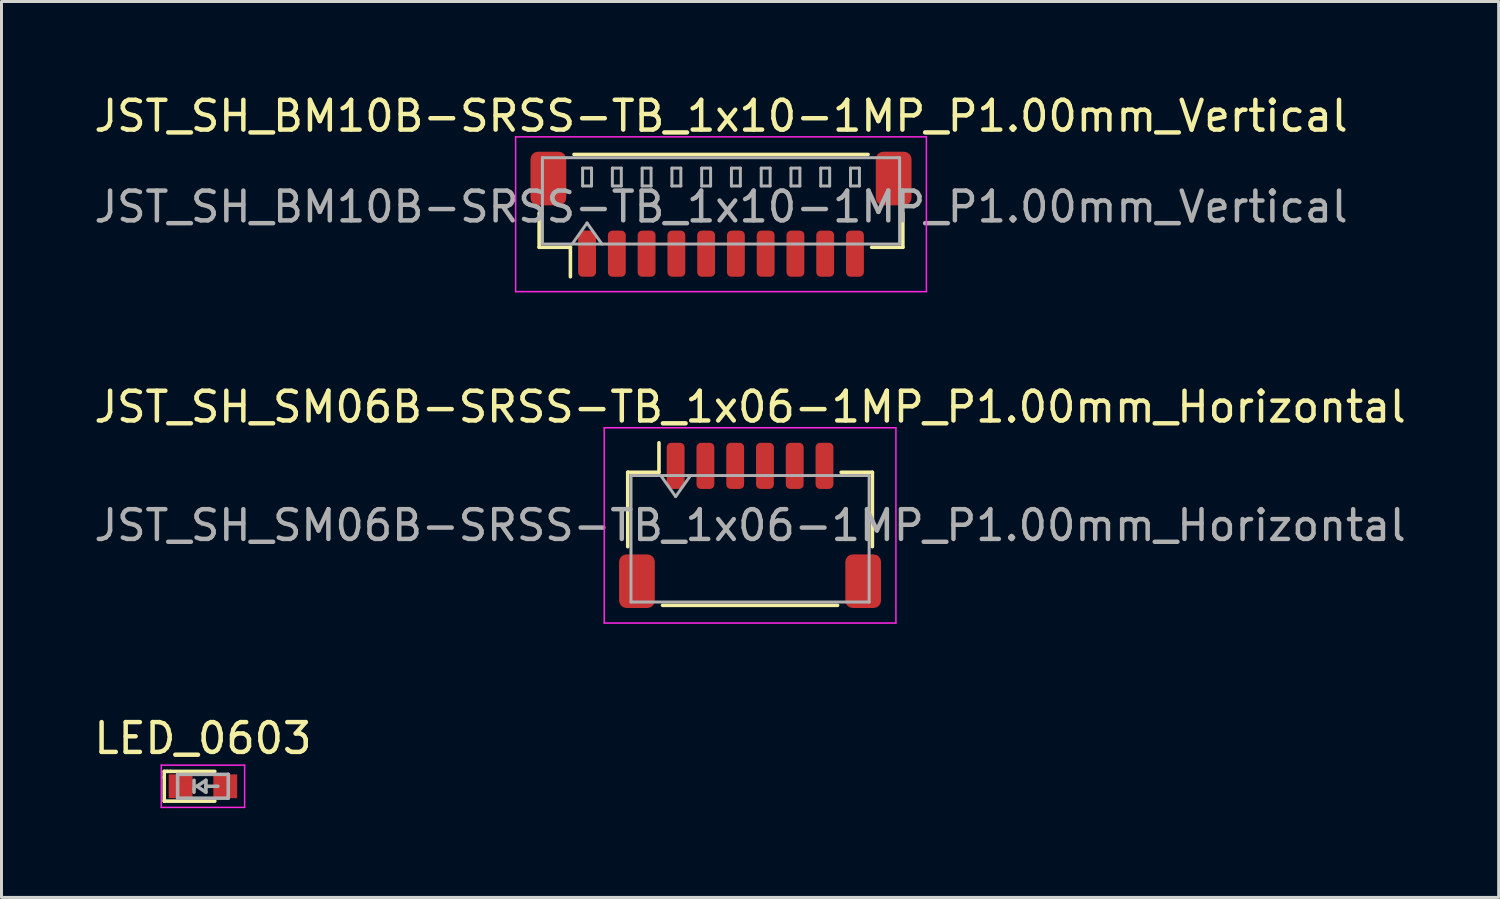
<source format=kicad_pcb>
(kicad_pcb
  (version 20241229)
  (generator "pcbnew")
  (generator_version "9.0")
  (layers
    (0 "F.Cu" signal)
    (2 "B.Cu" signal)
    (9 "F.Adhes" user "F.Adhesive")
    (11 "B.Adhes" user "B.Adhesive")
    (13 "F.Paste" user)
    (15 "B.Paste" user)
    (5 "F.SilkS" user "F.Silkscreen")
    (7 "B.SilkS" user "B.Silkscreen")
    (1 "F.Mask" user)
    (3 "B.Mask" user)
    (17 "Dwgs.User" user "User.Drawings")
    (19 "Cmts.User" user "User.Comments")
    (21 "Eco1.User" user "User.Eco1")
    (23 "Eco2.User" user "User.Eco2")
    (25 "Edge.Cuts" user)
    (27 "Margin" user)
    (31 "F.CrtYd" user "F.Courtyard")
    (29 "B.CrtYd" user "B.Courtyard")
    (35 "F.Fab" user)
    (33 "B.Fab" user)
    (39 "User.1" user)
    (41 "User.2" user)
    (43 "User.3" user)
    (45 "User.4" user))
  (footprint "JST_SH_SM06B-SRSS-TB_1x06-1MP_P1.00mm_Horizontal"
    (layer "F.Cu")
    (at 22.149 14.601)
    (property "Reference" "JST_SH_SM06B-SRSS-TB_1x06-1MP_P1.00mm_Horizontal" (at 0 -3.98 0) (layer "F.SilkS") (effects (font (size 1 1) (thickness 0.15))))
    (attr smd)
    (fp_line (start -4.11 -1.785) (end -3.06 -1.785) (stroke (width 0.12) (type solid)) (layer "F.SilkS"))
    (fp_line (start -4.11 0.715) (end -4.11 -1.785) (stroke (width 0.12) (type solid)) (layer "F.SilkS"))
    (fp_line (start -3.06 -1.785) (end -3.06 -2.775) (stroke (width 0.12) (type solid)) (layer "F.SilkS"))
    (fp_line (start -2.94 2.685) (end 2.94 2.685) (stroke (width 0.12) (type solid)) (layer "F.SilkS"))
    (fp_line (start 4.11 -1.785) (end 3.06 -1.785) (stroke (width 0.12) (type solid)) (layer "F.SilkS"))
    (fp_line (start 4.11 0.715) (end 4.11 -1.785) (stroke (width 0.12) (type solid)) (layer "F.SilkS"))
    (fp_line (start -4.9 -3.28) (end -4.9 3.28) (stroke (width 0.05) (type solid)) (layer "F.CrtYd"))
    (fp_line (start -4.9 3.28) (end 4.9 3.28) (stroke (width 0.05) (type solid)) (layer "F.CrtYd"))
    (fp_line (start 4.9 -3.28) (end -4.9 -3.28) (stroke (width 0.05) (type solid)) (layer "F.CrtYd"))
    (fp_line (start 4.9 3.28) (end 4.9 -3.28) (stroke (width 0.05) (type solid)) (layer "F.CrtYd"))
    (fp_line (start -4 -1.675) (end -4 2.575) (stroke (width 0.1) (type solid)) (layer "F.Fab"))
    (fp_line (start -4 -1.675) (end 4 -1.675) (stroke (width 0.1) (type solid)) (layer "F.Fab"))
    (fp_line (start -4 2.575) (end 4 2.575) (stroke (width 0.1) (type solid)) (layer "F.Fab"))
    (fp_line (start -3 -1.675) (end -2.5 -0.968) (stroke (width 0.1) (type solid)) (layer "F.Fab"))
    (fp_line (start -2.5 -0.968) (end -2 -1.675) (stroke (width 0.1) (type solid)) (layer "F.Fab"))
    (fp_line (start 4 -1.675) (end 4 2.575) (stroke (width 0.1) (type solid)) (layer "F.Fab"))
    (fp_text user "${REFERENCE}" (at 0 0 0) (layer "F.Fab") (effects (font (size 1 1) (thickness 0.15))))
    (pad "" smd roundrect (at -3.8 1.875) (size 1.2 1.8) (layers "F.Cu" "F.Mask" "F.Paste") (roundrect_rratio 0.208))
    (pad "" smd roundrect (at 3.8 1.875) (size 1.2 1.8) (layers "F.Cu" "F.Mask" "F.Paste") (roundrect_rratio 0.208))
    (pad "1" smd roundrect (at -2.5 -2) (size 0.6 1.55) (layers "F.Cu" "F.Mask" "F.Paste") (roundrect_rratio 0.25))
    (pad "2" smd roundrect (at -1.5 -2) (size 0.6 1.55) (layers "F.Cu" "F.Mask" "F.Paste") (roundrect_rratio 0.25))
    (pad "3" smd roundrect (at -0.5 -2) (size 0.6 1.55) (layers "F.Cu" "F.Mask" "F.Paste") (roundrect_rratio 0.25))
    (pad "4" smd roundrect (at 0.5 -2) (size 0.6 1.55) (layers "F.Cu" "F.Mask" "F.Paste") (roundrect_rratio 0.25))
    (pad "5" smd roundrect (at 1.5 -2) (size 0.6 1.55) (layers "F.Cu" "F.Mask" "F.Paste") (roundrect_rratio 0.25))
    (pad "6" smd roundrect (at 2.5 -2) (size 0.6 1.55) (layers "F.Cu" "F.Mask" "F.Paste") (roundrect_rratio 0.25)))
  (footprint "JST_SH_BM10B-SRSS-TB_1x10-1MP_P1.00mm_Vertical"
    (layer "F.Cu")
    (at 21.173 4.148)
    (property "Reference" "JST_SH_BM10B-SRSS-TB_1x10-1MP_P1.00mm_Vertical" (at 0 -3.3 0) (layer "F.SilkS") (effects (font (size 1 1) (thickness 0.15))))
    (attr smd)
    (fp_line (start -6.11 -0.04) (end -6.11 1.11) (stroke (width 0.12) (type solid)) (layer "F.SilkS"))
    (fp_line (start -6.11 1.11) (end -5.06 1.11) (stroke (width 0.12) (type solid)) (layer "F.SilkS"))
    (fp_line (start -5.06 1.11) (end -5.06 2.1) (stroke (width 0.12) (type solid)) (layer "F.SilkS"))
    (fp_line (start -4.94 -2.01) (end 4.94 -2.01) (stroke (width 0.12) (type solid)) (layer "F.SilkS"))
    (fp_line (start 6.11 -0.04) (end 6.11 1.11) (stroke (width 0.12) (type solid)) (layer "F.SilkS"))
    (fp_line (start 6.11 1.11) (end 5.06 1.11) (stroke (width 0.12) (type solid)) (layer "F.SilkS"))
    (fp_line (start -6.9 -2.6) (end -6.9 2.6) (stroke (width 0.05) (type solid)) (layer "F.CrtYd"))
    (fp_line (start -6.9 2.6) (end 6.9 2.6) (stroke (width 0.05) (type solid)) (layer "F.CrtYd"))
    (fp_line (start 6.9 -2.6) (end -6.9 -2.6) (stroke (width 0.05) (type solid)) (layer "F.CrtYd"))
    (fp_line (start 6.9 2.6) (end 6.9 -2.6) (stroke (width 0.05) (type solid)) (layer "F.CrtYd"))
    (fp_line (start -6 -1.9) (end 6 -1.9) (stroke (width 0.1) (type solid)) (layer "F.Fab"))
    (fp_line (start -6 1) (end -6 -1.9) (stroke (width 0.1) (type solid)) (layer "F.Fab"))
    (fp_line (start -6 1) (end 6 1) (stroke (width 0.1) (type solid)) (layer "F.Fab"))
    (fp_line (start -5 1) (end -4.5 0.293) (stroke (width 0.1) (type solid)) (layer "F.Fab"))
    (fp_line (start -4.65 -1.55) (end -4.65 -0.95) (stroke (width 0.1) (type solid)) (layer "F.Fab"))
    (fp_line (start -4.65 -0.95) (end -4.35 -0.95) (stroke (width 0.1) (type solid)) (layer "F.Fab"))
    (fp_line (start -4.5 0.293) (end -4 1) (stroke (width 0.1) (type solid)) (layer "F.Fab"))
    (fp_line (start -4.35 -1.55) (end -4.65 -1.55) (stroke (width 0.1) (type solid)) (layer "F.Fab"))
    (fp_line (start -4.35 -0.95) (end -4.35 -1.55) (stroke (width 0.1) (type solid)) (layer "F.Fab"))
    (fp_line (start -3.65 -1.55) (end -3.65 -0.95) (stroke (width 0.1) (type solid)) (layer "F.Fab"))
    (fp_line (start -3.65 -0.95) (end -3.35 -0.95) (stroke (width 0.1) (type solid)) (layer "F.Fab"))
    (fp_line (start -3.35 -1.55) (end -3.65 -1.55) (stroke (width 0.1) (type solid)) (layer "F.Fab"))
    (fp_line (start -3.35 -0.95) (end -3.35 -1.55) (stroke (width 0.1) (type solid)) (layer "F.Fab"))
    (fp_line (start -2.65 -1.55) (end -2.65 -0.95) (stroke (width 0.1) (type solid)) (layer "F.Fab"))
    (fp_line (start -2.65 -0.95) (end -2.35 -0.95) (stroke (width 0.1) (type solid)) (layer "F.Fab"))
    (fp_line (start -2.35 -1.55) (end -2.65 -1.55) (stroke (width 0.1) (type solid)) (layer "F.Fab"))
    (fp_line (start -2.35 -0.95) (end -2.35 -1.55) (stroke (width 0.1) (type solid)) (layer "F.Fab"))
    (fp_line (start -1.65 -1.55) (end -1.65 -0.95) (stroke (width 0.1) (type solid)) (layer "F.Fab"))
    (fp_line (start -1.65 -0.95) (end -1.35 -0.95) (stroke (width 0.1) (type solid)) (layer "F.Fab"))
    (fp_line (start -1.35 -1.55) (end -1.65 -1.55) (stroke (width 0.1) (type solid)) (layer "F.Fab"))
    (fp_line (start -1.35 -0.95) (end -1.35 -1.55) (stroke (width 0.1) (type solid)) (layer "F.Fab"))
    (fp_line (start -0.65 -1.55) (end -0.65 -0.95) (stroke (width 0.1) (type solid)) (layer "F.Fab"))
    (fp_line (start -0.65 -0.95) (end -0.35 -0.95) (stroke (width 0.1) (type solid)) (layer "F.Fab"))
    (fp_line (start -0.35 -1.55) (end -0.65 -1.55) (stroke (width 0.1) (type solid)) (layer "F.Fab"))
    (fp_line (start -0.35 -0.95) (end -0.35 -1.55) (stroke (width 0.1) (type solid)) (layer "F.Fab"))
    (fp_line (start 0.35 -1.55) (end 0.35 -0.95) (stroke (width 0.1) (type solid)) (layer "F.Fab"))
    (fp_line (start 0.35 -0.95) (end 0.65 -0.95) (stroke (width 0.1) (type solid)) (layer "F.Fab"))
    (fp_line (start 0.65 -1.55) (end 0.35 -1.55) (stroke (width 0.1) (type solid)) (layer "F.Fab"))
    (fp_line (start 0.65 -0.95) (end 0.65 -1.55) (stroke (width 0.1) (type solid)) (layer "F.Fab"))
    (fp_line (start 1.35 -1.55) (end 1.35 -0.95) (stroke (width 0.1) (type solid)) (layer "F.Fab"))
    (fp_line (start 1.35 -0.95) (end 1.65 -0.95) (stroke (width 0.1) (type solid)) (layer "F.Fab"))
    (fp_line (start 1.65 -1.55) (end 1.35 -1.55) (stroke (width 0.1) (type solid)) (layer "F.Fab"))
    (fp_line (start 1.65 -0.95) (end 1.65 -1.55) (stroke (width 0.1) (type solid)) (layer "F.Fab"))
    (fp_line (start 2.35 -1.55) (end 2.35 -0.95) (stroke (width 0.1) (type solid)) (layer "F.Fab"))
    (fp_line (start 2.35 -0.95) (end 2.65 -0.95) (stroke (width 0.1) (type solid)) (layer "F.Fab"))
    (fp_line (start 2.65 -1.55) (end 2.35 -1.55) (stroke (width 0.1) (type solid)) (layer "F.Fab"))
    (fp_line (start 2.65 -0.95) (end 2.65 -1.55) (stroke (width 0.1) (type solid)) (layer "F.Fab"))
    (fp_line (start 3.35 -1.55) (end 3.35 -0.95) (stroke (width 0.1) (type solid)) (layer "F.Fab"))
    (fp_line (start 3.35 -0.95) (end 3.65 -0.95) (stroke (width 0.1) (type solid)) (layer "F.Fab"))
    (fp_line (start 3.65 -1.55) (end 3.35 -1.55) (stroke (width 0.1) (type solid)) (layer "F.Fab"))
    (fp_line (start 3.65 -0.95) (end 3.65 -1.55) (stroke (width 0.1) (type solid)) (layer "F.Fab"))
    (fp_line (start 4.35 -1.55) (end 4.35 -0.95) (stroke (width 0.1) (type solid)) (layer "F.Fab"))
    (fp_line (start 4.35 -0.95) (end 4.65 -0.95) (stroke (width 0.1) (type solid)) (layer "F.Fab"))
    (fp_line (start 4.65 -1.55) (end 4.35 -1.55) (stroke (width 0.1) (type solid)) (layer "F.Fab"))
    (fp_line (start 4.65 -0.95) (end 4.65 -1.55) (stroke (width 0.1) (type solid)) (layer "F.Fab"))
    (fp_line (start 6 1) (end 6 -1.9) (stroke (width 0.1) (type solid)) (layer "F.Fab"))
    (fp_text user "${REFERENCE}" (at 0 -0.25 0) (layer "F.Fab") (effects (font (size 1 1) (thickness 0.15))))
    (pad "" smd roundrect (at -5.8 -1.2) (size 1.2 1.8) (layers "F.Cu" "F.Mask" "F.Paste") (roundrect_rratio 0.208))
    (pad "" smd roundrect (at 5.8 -1.2) (size 1.2 1.8) (layers "F.Cu" "F.Mask" "F.Paste") (roundrect_rratio 0.208))
    (pad "1" smd roundrect (at -4.5 1.325) (size 0.6 1.55) (layers "F.Cu" "F.Mask" "F.Paste") (roundrect_rratio 0.25))
    (pad "2" smd roundrect (at -3.5 1.325) (size 0.6 1.55) (layers "F.Cu" "F.Mask" "F.Paste") (roundrect_rratio 0.25))
    (pad "3" smd roundrect (at -2.5 1.325) (size 0.6 1.55) (layers "F.Cu" "F.Mask" "F.Paste") (roundrect_rratio 0.25))
    (pad "4" smd roundrect (at -1.5 1.325) (size 0.6 1.55) (layers "F.Cu" "F.Mask" "F.Paste") (roundrect_rratio 0.25))
    (pad "5" smd roundrect (at -0.5 1.325) (size 0.6 1.55) (layers "F.Cu" "F.Mask" "F.Paste") (roundrect_rratio 0.25))
    (pad "6" smd roundrect (at 0.5 1.325) (size 0.6 1.55) (layers "F.Cu" "F.Mask" "F.Paste") (roundrect_rratio 0.25))
    (pad "7" smd roundrect (at 1.5 1.325) (size 0.6 1.55) (layers "F.Cu" "F.Mask" "F.Paste") (roundrect_rratio 0.25))
    (pad "8" smd roundrect (at 2.5 1.325) (size 0.6 1.55) (layers "F.Cu" "F.Mask" "F.Paste") (roundrect_rratio 0.25))
    (pad "9" smd roundrect (at 3.5 1.325) (size 0.6 1.55) (layers "F.Cu" "F.Mask" "F.Paste") (roundrect_rratio 0.25))
    (pad "10" smd roundrect (at 4.5 1.325) (size 0.6 1.55) (layers "F.Cu" "F.Mask" "F.Paste") (roundrect_rratio 0.25)))
  (footprint "LED_0603"
    (layer "F.Cu")
    (at 3.768 23.365)
    (property "Reference" "LED_0603" (at 0 -1.61 0) (layer "F.SilkS") (effects (font (size 1 1) (thickness 0.15))))
    (attr smd)
    (fp_line (start -1.3 -0.5) (end -1.3 -0.3) (stroke (width 0.12) (type solid)) (layer "F.SilkS"))
    (fp_line (start -1.3 -0.3) (end -1.3 0.5) (stroke (width 0.12) (type solid)) (layer "F.SilkS"))
    (fp_line (start -1.3 0.5) (end 0.4 0.5) (stroke (width 0.12) (type solid)) (layer "F.SilkS"))
    (fp_line (start -1.2 -0.5) (end -1.3 -0.5) (stroke (width 0.12) (type solid)) (layer "F.SilkS"))
    (fp_line (start -1.1 -0.5) (end -1.2 -0.5) (stroke (width 0.12) (type solid)) (layer "F.SilkS"))
    (fp_line (start -1.1 -0.5) (end 0.4 -0.5) (stroke (width 0.12) (type solid)) (layer "F.SilkS"))
    (fp_line (start -1.4 -0.71) (end 1.4 -0.71) (stroke (width 0.05) (type solid)) (layer "F.CrtYd"))
    (fp_line (start -1.4 0.71) (end -1.4 -0.71) (stroke (width 0.05) (type solid)) (layer "F.CrtYd"))
    (fp_line (start -1.4 0.71) (end 1.4 0.71) (stroke (width 0.05) (type solid)) (layer "F.CrtYd"))
    (fp_line (start 1.4 0.71) (end 1.4 -0.71) (stroke (width 0.05) (type solid)) (layer "F.CrtYd"))
    (fp_line (start -0.85 -0.4) (end 0.85 -0.4) (stroke (width 0.12) (type solid)) (layer "F.Fab"))
    (fp_line (start -0.85 0.4) (end -0.85 -0.4) (stroke (width 0.12) (type solid)) (layer "F.Fab"))
    (fp_line (start -0.85 0.4) (end 0.85 0.4) (stroke (width 0.12) (type solid)) (layer "F.Fab"))
    (fp_line (start -0.3 -0.2) (end -0.3 0.1) (stroke (width 0.12) (type solid)) (layer "F.Fab"))
    (fp_line (start -0.3 0.2) (end -0.3 0.1) (stroke (width 0.12) (type solid)) (layer "F.Fab"))
    (fp_line (start -0.2 0) (end 0.1 0.2) (stroke (width 0.12) (type solid)) (layer "F.Fab"))
    (fp_line (start 0.1 -0.2) (end -0.2 0) (stroke (width 0.12) (type solid)) (layer "F.Fab"))
    (fp_line (start 0.1 0) (end 0.1 -0.2) (stroke (width 0.12) (type solid)) (layer "F.Fab"))
    (fp_line (start 0.1 0.2) (end 0.1 0) (stroke (width 0.12) (type solid)) (layer "F.Fab"))
    (fp_line (start 0.5 0) (end 0.1 0) (stroke (width 0.12) (type solid)) (layer "F.Fab"))
    (fp_line (start 0.85 0.4) (end 0.85 -0.4) (stroke (width 0.12) (type solid)) (layer "F.Fab"))
    (pad "1" smd rect (at -0.75 0) (size 0.8 0.8) (layers "F.Cu" "F.Mask" "F.Paste"))
    (pad "2" smd rect (at 0.75 0) (size 0.8 0.8) (layers "F.Cu" "F.Mask" "F.Paste")))
  (gr_rect
    (start -3 -3)
    (end 47.298 27.1)
    (stroke (width 0.1) (type default))
    (fill no)
    (layer "Edge.Cuts")))
</source>
